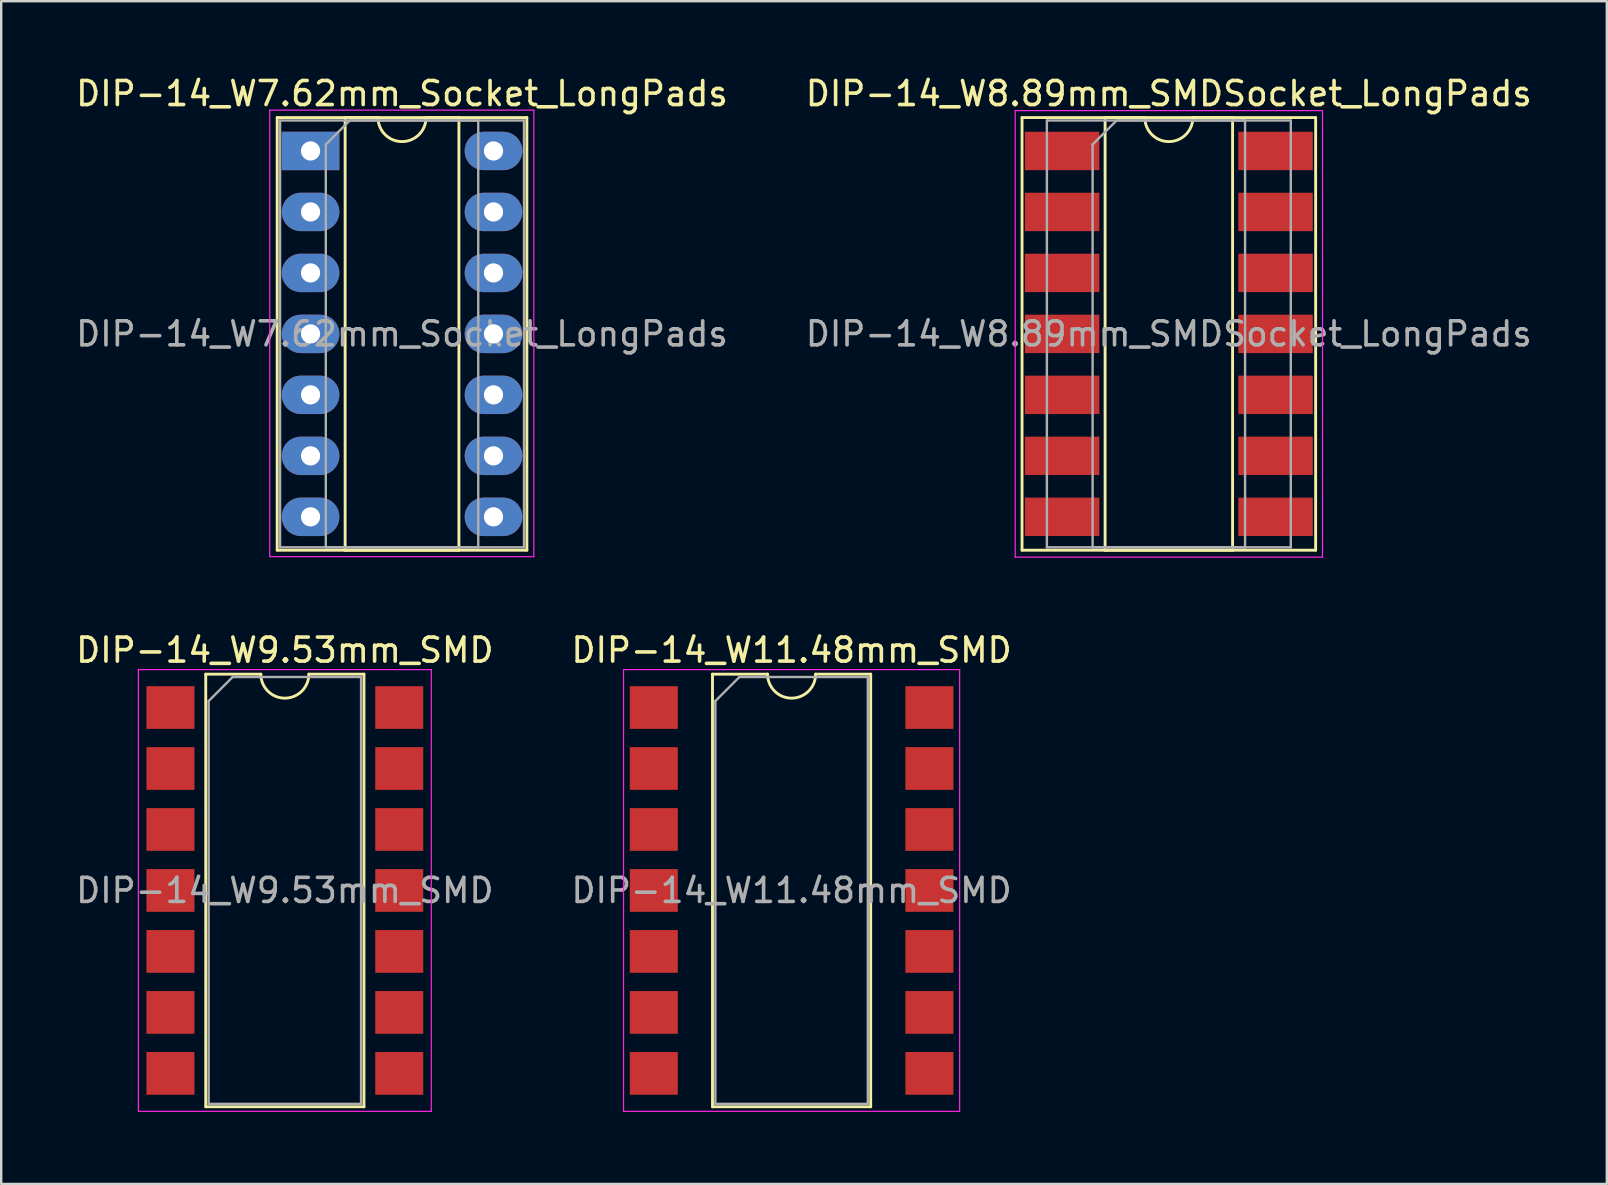
<source format=kicad_pcb>
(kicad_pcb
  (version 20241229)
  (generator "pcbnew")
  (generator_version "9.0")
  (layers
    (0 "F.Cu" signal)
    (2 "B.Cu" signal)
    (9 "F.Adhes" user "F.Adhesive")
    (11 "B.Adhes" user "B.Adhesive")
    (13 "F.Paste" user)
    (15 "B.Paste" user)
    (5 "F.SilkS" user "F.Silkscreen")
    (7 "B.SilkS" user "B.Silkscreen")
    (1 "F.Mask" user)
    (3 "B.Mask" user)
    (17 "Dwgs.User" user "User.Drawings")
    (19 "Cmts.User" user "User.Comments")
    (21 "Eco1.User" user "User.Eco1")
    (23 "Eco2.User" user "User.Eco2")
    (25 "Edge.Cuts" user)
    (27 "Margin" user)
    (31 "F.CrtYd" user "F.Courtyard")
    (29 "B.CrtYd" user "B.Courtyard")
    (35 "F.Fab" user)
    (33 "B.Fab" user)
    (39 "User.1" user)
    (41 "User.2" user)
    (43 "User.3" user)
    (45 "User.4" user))
  (footprint "DIP-14_W8.89mm_SMDSocket_LongPads"
    (layer "F.Cu")
    (at 45.637 10.858)
    (property "Reference" "DIP-14_W8.89mm_SMDSocket_LongPads" (at 0 -10.01 0) (layer "F.SilkS") (effects (font (size 1 1) (thickness 0.15))))
    (attr smd)
    (fp_line (start -6.115 -9.01) (end -6.115 9.01) (stroke (width 0.12) (type solid)) (layer "F.SilkS"))
    (fp_line (start -6.115 9.01) (end 6.115 9.01) (stroke (width 0.12) (type solid)) (layer "F.SilkS"))
    (fp_line (start -2.655 -9.01) (end -2.655 9.01) (stroke (width 0.12) (type solid)) (layer "F.SilkS"))
    (fp_line (start -2.655 9.01) (end 2.655 9.01) (stroke (width 0.12) (type solid)) (layer "F.SilkS"))
    (fp_line (start -1 -9.01) (end -2.655 -9.01) (stroke (width 0.12) (type solid)) (layer "F.SilkS"))
    (fp_line (start 2.655 -9.01) (end 1 -9.01) (stroke (width 0.12) (type solid)) (layer "F.SilkS"))
    (fp_line (start 2.655 9.01) (end 2.655 -9.01) (stroke (width 0.12) (type solid)) (layer "F.SilkS"))
    (fp_line (start 6.115 -9.01) (end -6.115 -9.01) (stroke (width 0.12) (type solid)) (layer "F.SilkS"))
    (fp_line (start 6.115 9.01) (end 6.115 -9.01) (stroke (width 0.12) (type solid)) (layer "F.SilkS"))
    (fp_arc (start 1 -9.01) (mid 0 -8.01) (end -1 -9.01) (stroke (width 0.12) (type solid)) (layer "F.SilkS"))
    (fp_line (start -6.4 -9.3) (end -6.4 9.3) (stroke (width 0.05) (type solid)) (layer "F.CrtYd"))
    (fp_line (start -6.4 9.3) (end 6.4 9.3) (stroke (width 0.05) (type solid)) (layer "F.CrtYd"))
    (fp_line (start 6.4 -9.3) (end -6.4 -9.3) (stroke (width 0.05) (type solid)) (layer "F.CrtYd"))
    (fp_line (start 6.4 9.3) (end 6.4 -9.3) (stroke (width 0.05) (type solid)) (layer "F.CrtYd"))
    (fp_line (start -5.08 -8.89) (end -5.08 8.89) (stroke (width 0.1) (type solid)) (layer "F.Fab"))
    (fp_line (start -5.08 8.89) (end 5.08 8.89) (stroke (width 0.1) (type solid)) (layer "F.Fab"))
    (fp_line (start -3.175 -7.89) (end -2.175 -8.89) (stroke (width 0.1) (type solid)) (layer "F.Fab"))
    (fp_line (start -3.175 8.89) (end -3.175 -7.89) (stroke (width 0.1) (type solid)) (layer "F.Fab"))
    (fp_line (start -2.175 -8.89) (end 3.175 -8.89) (stroke (width 0.1) (type solid)) (layer "F.Fab"))
    (fp_line (start 3.175 -8.89) (end 3.175 8.89) (stroke (width 0.1) (type solid)) (layer "F.Fab"))
    (fp_line (start 3.175 8.89) (end -3.175 8.89) (stroke (width 0.1) (type solid)) (layer "F.Fab"))
    (fp_line (start 5.08 -8.89) (end -5.08 -8.89) (stroke (width 0.1) (type solid)) (layer "F.Fab"))
    (fp_line (start 5.08 8.89) (end 5.08 -8.89) (stroke (width 0.1) (type solid)) (layer "F.Fab"))
    (fp_text user "${REFERENCE}" (at 0 0 0) (layer "F.Fab") (effects (font (size 1 1) (thickness 0.15))))
    (pad "1" smd rect (at -4.445 -7.62) (size 3.1 1.6) (layers "F.Cu" "F.Mask" "F.Paste"))
    (pad "2" smd rect (at -4.445 -5.08) (size 3.1 1.6) (layers "F.Cu" "F.Mask" "F.Paste"))
    (pad "3" smd rect (at -4.445 -2.54) (size 3.1 1.6) (layers "F.Cu" "F.Mask" "F.Paste"))
    (pad "4" smd rect (at -4.445 0) (size 3.1 1.6) (layers "F.Cu" "F.Mask" "F.Paste"))
    (pad "5" smd rect (at -4.445 2.54) (size 3.1 1.6) (layers "F.Cu" "F.Mask" "F.Paste"))
    (pad "6" smd rect (at -4.445 5.08) (size 3.1 1.6) (layers "F.Cu" "F.Mask" "F.Paste"))
    (pad "7" smd rect (at -4.445 7.62) (size 3.1 1.6) (layers "F.Cu" "F.Mask" "F.Paste"))
    (pad "8" smd rect (at 4.445 7.62) (size 3.1 1.6) (layers "F.Cu" "F.Mask" "F.Paste"))
    (pad "9" smd rect (at 4.445 5.08) (size 3.1 1.6) (layers "F.Cu" "F.Mask" "F.Paste"))
    (pad "10" smd rect (at 4.445 2.54) (size 3.1 1.6) (layers "F.Cu" "F.Mask" "F.Paste"))
    (pad "11" smd rect (at 4.445 0) (size 3.1 1.6) (layers "F.Cu" "F.Mask" "F.Paste"))
    (pad "12" smd rect (at 4.445 -2.54) (size 3.1 1.6) (layers "F.Cu" "F.Mask" "F.Paste"))
    (pad "13" smd rect (at 4.445 -5.08) (size 3.1 1.6) (layers "F.Cu" "F.Mask" "F.Paste"))
    (pad "14" smd rect (at 4.445 -7.62) (size 3.1 1.6) (layers "F.Cu" "F.Mask" "F.Paste")))
  (footprint "DIP-14_W9.53mm_SMD"
    (layer "F.Cu")
    (at 8.815 34.041)
    (property "Reference" "DIP-14_W9.53mm_SMD" (at 0 -10.01 0) (layer "F.SilkS") (effects (font (size 1 1) (thickness 0.15))))
    (attr smd)
    (fp_line (start -3.295 -9.01) (end -3.295 9.01) (stroke (width 0.12) (type solid)) (layer "F.SilkS"))
    (fp_line (start -3.295 9.01) (end 3.295 9.01) (stroke (width 0.12) (type solid)) (layer "F.SilkS"))
    (fp_line (start -1 -9.01) (end -3.295 -9.01) (stroke (width 0.12) (type solid)) (layer "F.SilkS"))
    (fp_line (start 3.295 -9.01) (end 1 -9.01) (stroke (width 0.12) (type solid)) (layer "F.SilkS"))
    (fp_line (start 3.295 9.01) (end 3.295 -9.01) (stroke (width 0.12) (type solid)) (layer "F.SilkS"))
    (fp_arc (start 1 -9.01) (mid 0 -8.01) (end -1 -9.01) (stroke (width 0.12) (type solid)) (layer "F.SilkS"))
    (fp_line (start -6.1 -9.2) (end -6.1 9.2) (stroke (width 0.05) (type solid)) (layer "F.CrtYd"))
    (fp_line (start -6.1 9.2) (end 6.1 9.2) (stroke (width 0.05) (type solid)) (layer "F.CrtYd"))
    (fp_line (start 6.1 -9.2) (end -6.1 -9.2) (stroke (width 0.05) (type solid)) (layer "F.CrtYd"))
    (fp_line (start 6.1 9.2) (end 6.1 -9.2) (stroke (width 0.05) (type solid)) (layer "F.CrtYd"))
    (fp_line (start -3.175 -7.89) (end -2.175 -8.89) (stroke (width 0.1) (type solid)) (layer "F.Fab"))
    (fp_line (start -3.175 8.89) (end -3.175 -7.89) (stroke (width 0.1) (type solid)) (layer "F.Fab"))
    (fp_line (start -2.175 -8.89) (end 3.175 -8.89) (stroke (width 0.1) (type solid)) (layer "F.Fab"))
    (fp_line (start 3.175 -8.89) (end 3.175 8.89) (stroke (width 0.1) (type solid)) (layer "F.Fab"))
    (fp_line (start 3.175 8.89) (end -3.175 8.89) (stroke (width 0.1) (type solid)) (layer "F.Fab"))
    (fp_text user "${REFERENCE}" (at 0 0 0) (layer "F.Fab") (effects (font (size 1 1) (thickness 0.15))))
    (pad "1" smd rect (at -4.765 -7.62) (size 2 1.78) (layers "F.Cu" "F.Mask" "F.Paste"))
    (pad "2" smd rect (at -4.765 -5.08) (size 2 1.78) (layers "F.Cu" "F.Mask" "F.Paste"))
    (pad "3" smd rect (at -4.765 -2.54) (size 2 1.78) (layers "F.Cu" "F.Mask" "F.Paste"))
    (pad "4" smd rect (at -4.765 0) (size 2 1.78) (layers "F.Cu" "F.Mask" "F.Paste"))
    (pad "5" smd rect (at -4.765 2.54) (size 2 1.78) (layers "F.Cu" "F.Mask" "F.Paste"))
    (pad "6" smd rect (at -4.765 5.08) (size 2 1.78) (layers "F.Cu" "F.Mask" "F.Paste"))
    (pad "7" smd rect (at -4.765 7.62) (size 2 1.78) (layers "F.Cu" "F.Mask" "F.Paste"))
    (pad "8" smd rect (at 4.765 7.62) (size 2 1.78) (layers "F.Cu" "F.Mask" "F.Paste"))
    (pad "9" smd rect (at 4.765 5.08) (size 2 1.78) (layers "F.Cu" "F.Mask" "F.Paste"))
    (pad "10" smd rect (at 4.765 2.54) (size 2 1.78) (layers "F.Cu" "F.Mask" "F.Paste"))
    (pad "11" smd rect (at 4.765 0) (size 2 1.78) (layers "F.Cu" "F.Mask" "F.Paste"))
    (pad "12" smd rect (at 4.765 -2.54) (size 2 1.78) (layers "F.Cu" "F.Mask" "F.Paste"))
    (pad "13" smd rect (at 4.765 -5.08) (size 2 1.78) (layers "F.Cu" "F.Mask" "F.Paste"))
    (pad "14" smd rect (at 4.765 -7.62) (size 2 1.78) (layers "F.Cu" "F.Mask" "F.Paste")))
  (footprint "DIP-14_W11.48mm_SMD"
    (layer "F.Cu")
    (at 29.923 34.041)
    (property "Reference" "DIP-14_W11.48mm_SMD" (at 0 -10.01 0) (layer "F.SilkS") (effects (font (size 1 1) (thickness 0.15))))
    (attr smd)
    (fp_line (start -3.295 -9.01) (end -3.295 9.01) (stroke (width 0.12) (type solid)) (layer "F.SilkS"))
    (fp_line (start -3.295 9.01) (end 3.295 9.01) (stroke (width 0.12) (type solid)) (layer "F.SilkS"))
    (fp_line (start -1 -9.01) (end -3.295 -9.01) (stroke (width 0.12) (type solid)) (layer "F.SilkS"))
    (fp_line (start 3.295 -9.01) (end 1 -9.01) (stroke (width 0.12) (type solid)) (layer "F.SilkS"))
    (fp_line (start 3.295 9.01) (end 3.295 -9.01) (stroke (width 0.12) (type solid)) (layer "F.SilkS"))
    (fp_arc (start 1 -9.01) (mid 0 -8.01) (end -1 -9.01) (stroke (width 0.12) (type solid)) (layer "F.SilkS"))
    (fp_line (start -7 -9.2) (end -7 9.2) (stroke (width 0.05) (type solid)) (layer "F.CrtYd"))
    (fp_line (start -7 9.2) (end 7 9.2) (stroke (width 0.05) (type solid)) (layer "F.CrtYd"))
    (fp_line (start 7 -9.2) (end -7 -9.2) (stroke (width 0.05) (type solid)) (layer "F.CrtYd"))
    (fp_line (start 7 9.2) (end 7 -9.2) (stroke (width 0.05) (type solid)) (layer "F.CrtYd"))
    (fp_line (start -3.175 -7.89) (end -2.175 -8.89) (stroke (width 0.1) (type solid)) (layer "F.Fab"))
    (fp_line (start -3.175 8.89) (end -3.175 -7.89) (stroke (width 0.1) (type solid)) (layer "F.Fab"))
    (fp_line (start -2.175 -8.89) (end 3.175 -8.89) (stroke (width 0.1) (type solid)) (layer "F.Fab"))
    (fp_line (start 3.175 -8.89) (end 3.175 8.89) (stroke (width 0.1) (type solid)) (layer "F.Fab"))
    (fp_line (start 3.175 8.89) (end -3.175 8.89) (stroke (width 0.1) (type solid)) (layer "F.Fab"))
    (fp_text user "${REFERENCE}" (at 0 0 0) (layer "F.Fab") (effects (font (size 1 1) (thickness 0.15))))
    (pad "1" smd rect (at -5.74 -7.62) (size 2 1.78) (layers "F.Cu" "F.Mask" "F.Paste"))
    (pad "2" smd rect (at -5.74 -5.08) (size 2 1.78) (layers "F.Cu" "F.Mask" "F.Paste"))
    (pad "3" smd rect (at -5.74 -2.54) (size 2 1.78) (layers "F.Cu" "F.Mask" "F.Paste"))
    (pad "4" smd rect (at -5.74 0) (size 2 1.78) (layers "F.Cu" "F.Mask" "F.Paste"))
    (pad "5" smd rect (at -5.74 2.54) (size 2 1.78) (layers "F.Cu" "F.Mask" "F.Paste"))
    (pad "6" smd rect (at -5.74 5.08) (size 2 1.78) (layers "F.Cu" "F.Mask" "F.Paste"))
    (pad "7" smd rect (at -5.74 7.62) (size 2 1.78) (layers "F.Cu" "F.Mask" "F.Paste"))
    (pad "8" smd rect (at 5.74 7.62) (size 2 1.78) (layers "F.Cu" "F.Mask" "F.Paste"))
    (pad "9" smd rect (at 5.74 5.08) (size 2 1.78) (layers "F.Cu" "F.Mask" "F.Paste"))
    (pad "10" smd rect (at 5.74 2.54) (size 2 1.78) (layers "F.Cu" "F.Mask" "F.Paste"))
    (pad "11" smd rect (at 5.74 0) (size 2 1.78) (layers "F.Cu" "F.Mask" "F.Paste"))
    (pad "12" smd rect (at 5.74 -2.54) (size 2 1.78) (layers "F.Cu" "F.Mask" "F.Paste"))
    (pad "13" smd rect (at 5.74 -5.08) (size 2 1.78) (layers "F.Cu" "F.Mask" "F.Paste"))
    (pad "14" smd rect (at 5.74 -7.62) (size 2 1.78) (layers "F.Cu" "F.Mask" "F.Paste")))
  (footprint "DIP-14_W7.62mm_Socket_LongPads"
    (layer "F.Cu")
    (at 9.886 3.238)
    (property "Reference" "DIP-14_W7.62mm_Socket_LongPads" (at 3.81 -2.39 0) (layer "F.SilkS") (effects (font (size 1 1) (thickness 0.15))))
    (attr through_hole)
    (fp_line (start -1.39 -1.39) (end -1.39 16.63) (stroke (width 0.12) (type solid)) (layer "F.SilkS"))
    (fp_line (start -1.39 16.63) (end 9.01 16.63) (stroke (width 0.12) (type solid)) (layer "F.SilkS"))
    (fp_line (start 1.44 -1.39) (end 1.44 16.63) (stroke (width 0.12) (type solid)) (layer "F.SilkS"))
    (fp_line (start 1.44 16.63) (end 6.18 16.63) (stroke (width 0.12) (type solid)) (layer "F.SilkS"))
    (fp_line (start 2.81 -1.39) (end 1.44 -1.39) (stroke (width 0.12) (type solid)) (layer "F.SilkS"))
    (fp_line (start 6.18 -1.39) (end 4.81 -1.39) (stroke (width 0.12) (type solid)) (layer "F.SilkS"))
    (fp_line (start 6.18 16.63) (end 6.18 -1.39) (stroke (width 0.12) (type solid)) (layer "F.SilkS"))
    (fp_line (start 9.01 -1.39) (end -1.39 -1.39) (stroke (width 0.12) (type solid)) (layer "F.SilkS"))
    (fp_line (start 9.01 16.63) (end 9.01 -1.39) (stroke (width 0.12) (type solid)) (layer "F.SilkS"))
    (fp_arc (start 4.81 -1.39) (mid 3.81 -0.39) (end 2.81 -1.39) (stroke (width 0.12) (type solid)) (layer "F.SilkS"))
    (fp_line (start -1.7 -1.7) (end -1.7 16.9) (stroke (width 0.05) (type solid)) (layer "F.CrtYd"))
    (fp_line (start -1.7 16.9) (end 9.3 16.9) (stroke (width 0.05) (type solid)) (layer "F.CrtYd"))
    (fp_line (start 9.3 -1.7) (end -1.7 -1.7) (stroke (width 0.05) (type solid)) (layer "F.CrtYd"))
    (fp_line (start 9.3 16.9) (end 9.3 -1.7) (stroke (width 0.05) (type solid)) (layer "F.CrtYd"))
    (fp_line (start -1.27 -1.27) (end -1.27 16.51) (stroke (width 0.1) (type solid)) (layer "F.Fab"))
    (fp_line (start -1.27 16.51) (end 8.89 16.51) (stroke (width 0.1) (type solid)) (layer "F.Fab"))
    (fp_line (start 0.635 -0.27) (end 1.635 -1.27) (stroke (width 0.1) (type solid)) (layer "F.Fab"))
    (fp_line (start 0.635 16.51) (end 0.635 -0.27) (stroke (width 0.1) (type solid)) (layer "F.Fab"))
    (fp_line (start 1.635 -1.27) (end 6.985 -1.27) (stroke (width 0.1) (type solid)) (layer "F.Fab"))
    (fp_line (start 6.985 -1.27) (end 6.985 16.51) (stroke (width 0.1) (type solid)) (layer "F.Fab"))
    (fp_line (start 6.985 16.51) (end 0.635 16.51) (stroke (width 0.1) (type solid)) (layer "F.Fab"))
    (fp_line (start 8.89 -1.27) (end -1.27 -1.27) (stroke (width 0.1) (type solid)) (layer "F.Fab"))
    (fp_line (start 8.89 16.51) (end 8.89 -1.27) (stroke (width 0.1) (type solid)) (layer "F.Fab"))
    (fp_text user "${REFERENCE}" (at 3.81 7.62 0) (layer "F.Fab") (effects (font (size 1 1) (thickness 0.15))))
    (pad "1" thru_hole rect (at 0 0) (size 2.4 1.6) (drill 0.8) (layers "*.Cu" "*.Mask"))
    (pad "2" thru_hole oval (at 0 2.54) (size 2.4 1.6) (drill 0.8) (layers "*.Cu" "*.Mask"))
    (pad "3" thru_hole oval (at 0 5.08) (size 2.4 1.6) (drill 0.8) (layers "*.Cu" "*.Mask"))
    (pad "4" thru_hole oval (at 0 7.62) (size 2.4 1.6) (drill 0.8) (layers "*.Cu" "*.Mask"))
    (pad "5" thru_hole oval (at 0 10.16) (size 2.4 1.6) (drill 0.8) (layers "*.Cu" "*.Mask"))
    (pad "6" thru_hole oval (at 0 12.7) (size 2.4 1.6) (drill 0.8) (layers "*.Cu" "*.Mask"))
    (pad "7" thru_hole oval (at 0 15.24) (size 2.4 1.6) (drill 0.8) (layers "*.Cu" "*.Mask"))
    (pad "8" thru_hole oval (at 7.62 15.24) (size 2.4 1.6) (drill 0.8) (layers "*.Cu" "*.Mask"))
    (pad "9" thru_hole oval (at 7.62 12.7) (size 2.4 1.6) (drill 0.8) (layers "*.Cu" "*.Mask"))
    (pad "10" thru_hole oval (at 7.62 10.16) (size 2.4 1.6) (drill 0.8) (layers "*.Cu" "*.Mask"))
    (pad "11" thru_hole oval (at 7.62 7.62) (size 2.4 1.6) (drill 0.8) (layers "*.Cu" "*.Mask"))
    (pad "12" thru_hole oval (at 7.62 5.08) (size 2.4 1.6) (drill 0.8) (layers "*.Cu" "*.Mask"))
    (pad "13" thru_hole oval (at 7.62 2.54) (size 2.4 1.6) (drill 0.8) (layers "*.Cu" "*.Mask"))
    (pad "14" thru_hole oval (at 7.62 0) (size 2.4 1.6) (drill 0.8) (layers "*.Cu" "*.Mask")))
  (gr_rect
    (start -3 -3)
    (end 63.881 46.267)
    (stroke (width 0.1) (type default))
    (fill no)
    (layer "Edge.Cuts")))
</source>
